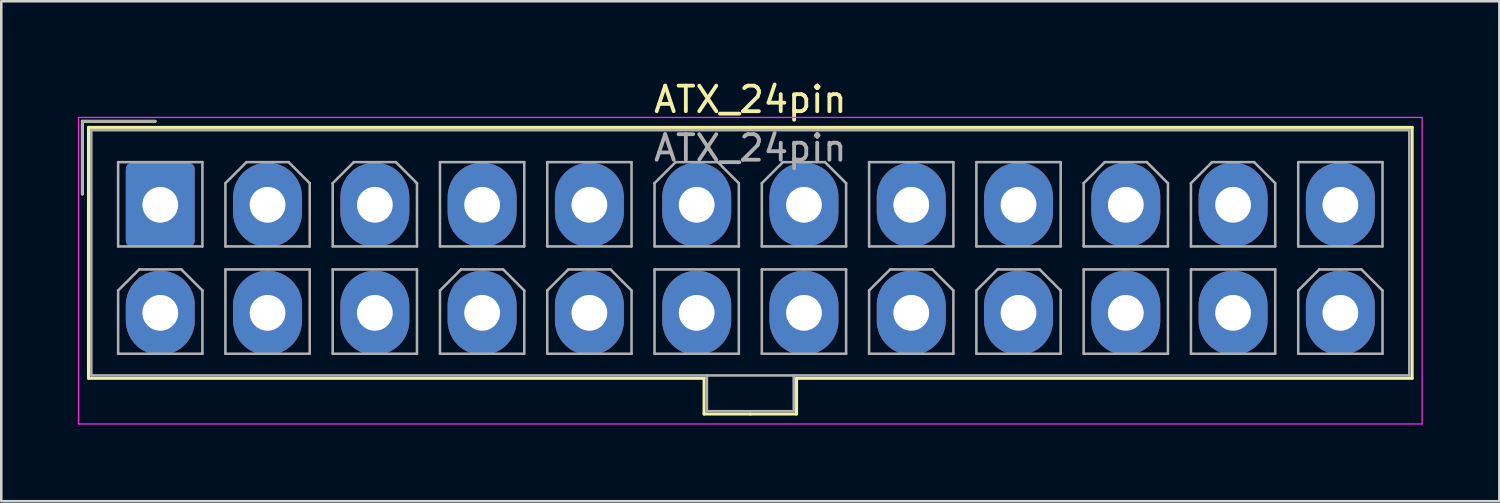
<source format=kicad_pcb>
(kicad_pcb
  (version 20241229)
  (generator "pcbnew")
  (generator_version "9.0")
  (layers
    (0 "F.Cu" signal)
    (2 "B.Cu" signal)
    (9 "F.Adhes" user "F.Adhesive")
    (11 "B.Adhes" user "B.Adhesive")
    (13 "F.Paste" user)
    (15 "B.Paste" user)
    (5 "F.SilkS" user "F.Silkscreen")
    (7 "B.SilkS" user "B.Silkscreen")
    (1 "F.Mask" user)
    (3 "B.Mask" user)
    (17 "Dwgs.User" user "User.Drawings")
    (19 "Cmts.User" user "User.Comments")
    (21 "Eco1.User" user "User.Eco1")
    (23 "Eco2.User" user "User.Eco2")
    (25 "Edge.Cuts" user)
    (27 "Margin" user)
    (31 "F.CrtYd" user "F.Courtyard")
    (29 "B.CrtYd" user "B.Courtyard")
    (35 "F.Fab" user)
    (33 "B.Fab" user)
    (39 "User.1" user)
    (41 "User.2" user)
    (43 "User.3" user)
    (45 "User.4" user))
  (footprint "ATX_24pin"
    (layer "F.Cu")
    (at 3.225 4.298)
    (property "Reference" "ATX_24pin" (at 23.1 -3.45 0) (layer "F.SilkS") (effects (font (size 1 1) (thickness 0.15))))
    (attr through_hole)
    (fp_line (start -3.05 -2.6) (end -3.05 0.25) (stroke (width 0.12) (type solid)) (layer "F.SilkS"))
    (fp_line (start -2.81 -2.36) (end -2.81 7.46) (stroke (width 0.12) (type solid)) (layer "F.SilkS"))
    (fp_line (start -2.81 7.46) (end 21.29 7.46) (stroke (width 0.12) (type solid)) (layer "F.SilkS"))
    (fp_line (start -0.2 -2.6) (end -3.05 -2.6) (stroke (width 0.12) (type solid)) (layer "F.SilkS"))
    (fp_line (start 21.29 7.46) (end 21.29 8.86) (stroke (width 0.12) (type solid)) (layer "F.SilkS"))
    (fp_line (start 21.29 8.86) (end 23.1 8.86) (stroke (width 0.12) (type solid)) (layer "F.SilkS"))
    (fp_line (start 23.1 -2.36) (end -2.81 -2.36) (stroke (width 0.12) (type solid)) (layer "F.SilkS"))
    (fp_line (start 23.1 -2.36) (end 49.01 -2.36) (stroke (width 0.12) (type solid)) (layer "F.SilkS"))
    (fp_line (start 24.91 7.46) (end 24.91 8.86) (stroke (width 0.12) (type solid)) (layer "F.SilkS"))
    (fp_line (start 24.91 8.86) (end 23.1 8.86) (stroke (width 0.12) (type solid)) (layer "F.SilkS"))
    (fp_line (start 49.01 -2.36) (end 49.01 7.46) (stroke (width 0.12) (type solid)) (layer "F.SilkS"))
    (fp_line (start 49.01 7.46) (end 24.91 7.46) (stroke (width 0.12) (type solid)) (layer "F.SilkS"))
    (fp_line (start -3.2 -2.75) (end -3.2 9.25) (stroke (width 0.05) (type solid)) (layer "F.CrtYd"))
    (fp_line (start -3.2 9.25) (end 49.4 9.25) (stroke (width 0.05) (type solid)) (layer "F.CrtYd"))
    (fp_line (start 49.4 -2.75) (end -3.2 -2.75) (stroke (width 0.05) (type solid)) (layer "F.CrtYd"))
    (fp_line (start 49.4 9.25) (end 49.4 -2.75) (stroke (width 0.05) (type solid)) (layer "F.CrtYd"))
    (fp_line (start -3.05 -2.6) (end -3.05 0.25) (stroke (width 0.1) (type solid)) (layer "F.Fab"))
    (fp_line (start -2.7 -2.25) (end -2.7 7.35) (stroke (width 0.1) (type solid)) (layer "F.Fab"))
    (fp_line (start -2.7 7.35) (end 48.9 7.35) (stroke (width 0.1) (type solid)) (layer "F.Fab"))
    (fp_line (start -1.65 -1) (end -1.65 2.3) (stroke (width 0.1) (type solid)) (layer "F.Fab"))
    (fp_line (start -1.65 2.3) (end 1.65 2.3) (stroke (width 0.1) (type solid)) (layer "F.Fab"))
    (fp_line (start -1.65 4.025) (end -0.825 3.2) (stroke (width 0.1) (type solid)) (layer "F.Fab"))
    (fp_line (start -1.65 6.5) (end -1.65 4.025) (stroke (width 0.1) (type solid)) (layer "F.Fab"))
    (fp_line (start -0.825 3.2) (end 0.825 3.2) (stroke (width 0.1) (type solid)) (layer "F.Fab"))
    (fp_line (start -0.2 -2.6) (end -3.05 -2.6) (stroke (width 0.1) (type solid)) (layer "F.Fab"))
    (fp_line (start 0.825 3.2) (end 1.65 4.025) (stroke (width 0.1) (type solid)) (layer "F.Fab"))
    (fp_line (start 1.65 -1) (end -1.65 -1) (stroke (width 0.1) (type solid)) (layer "F.Fab"))
    (fp_line (start 1.65 2.3) (end 1.65 -1) (stroke (width 0.1) (type solid)) (layer "F.Fab"))
    (fp_line (start 1.65 4.025) (end 1.65 6.5) (stroke (width 0.1) (type solid)) (layer "F.Fab"))
    (fp_line (start 1.65 6.5) (end -1.65 6.5) (stroke (width 0.1) (type solid)) (layer "F.Fab"))
    (fp_line (start 2.55 -0.175) (end 3.375 -1) (stroke (width 0.1) (type solid)) (layer "F.Fab"))
    (fp_line (start 2.55 2.3) (end 2.55 -0.175) (stroke (width 0.1) (type solid)) (layer "F.Fab"))
    (fp_line (start 2.55 3.2) (end 2.55 6.5) (stroke (width 0.1) (type solid)) (layer "F.Fab"))
    (fp_line (start 2.55 6.5) (end 5.85 6.5) (stroke (width 0.1) (type solid)) (layer "F.Fab"))
    (fp_line (start 3.375 -1) (end 5.025 -1) (stroke (width 0.1) (type solid)) (layer "F.Fab"))
    (fp_line (start 5.025 -1) (end 5.85 -0.175) (stroke (width 0.1) (type solid)) (layer "F.Fab"))
    (fp_line (start 5.85 -0.175) (end 5.85 2.3) (stroke (width 0.1) (type solid)) (layer "F.Fab"))
    (fp_line (start 5.85 2.3) (end 2.55 2.3) (stroke (width 0.1) (type solid)) (layer "F.Fab"))
    (fp_line (start 5.85 3.2) (end 2.55 3.2) (stroke (width 0.1) (type solid)) (layer "F.Fab"))
    (fp_line (start 5.85 6.5) (end 5.85 3.2) (stroke (width 0.1) (type solid)) (layer "F.Fab"))
    (fp_line (start 6.75 -0.175) (end 7.575 -1) (stroke (width 0.1) (type solid)) (layer "F.Fab"))
    (fp_line (start 6.75 2.3) (end 6.75 -0.175) (stroke (width 0.1) (type solid)) (layer "F.Fab"))
    (fp_line (start 6.75 3.2) (end 6.75 6.5) (stroke (width 0.1) (type solid)) (layer "F.Fab"))
    (fp_line (start 6.75 6.5) (end 10.05 6.5) (stroke (width 0.1) (type solid)) (layer "F.Fab"))
    (fp_line (start 7.575 -1) (end 9.225 -1) (stroke (width 0.1) (type solid)) (layer "F.Fab"))
    (fp_line (start 9.225 -1) (end 10.05 -0.175) (stroke (width 0.1) (type solid)) (layer "F.Fab"))
    (fp_line (start 10.05 -0.175) (end 10.05 2.3) (stroke (width 0.1) (type solid)) (layer "F.Fab"))
    (fp_line (start 10.05 2.3) (end 6.75 2.3) (stroke (width 0.1) (type solid)) (layer "F.Fab"))
    (fp_line (start 10.05 3.2) (end 6.75 3.2) (stroke (width 0.1) (type solid)) (layer "F.Fab"))
    (fp_line (start 10.05 6.5) (end 10.05 3.2) (stroke (width 0.1) (type solid)) (layer "F.Fab"))
    (fp_line (start 10.95 -1) (end 10.95 2.3) (stroke (width 0.1) (type solid)) (layer "F.Fab"))
    (fp_line (start 10.95 2.3) (end 14.25 2.3) (stroke (width 0.1) (type solid)) (layer "F.Fab"))
    (fp_line (start 10.95 4.025) (end 11.775 3.2) (stroke (width 0.1) (type solid)) (layer "F.Fab"))
    (fp_line (start 10.95 6.5) (end 10.95 4.025) (stroke (width 0.1) (type solid)) (layer "F.Fab"))
    (fp_line (start 11.775 3.2) (end 13.425 3.2) (stroke (width 0.1) (type solid)) (layer "F.Fab"))
    (fp_line (start 13.425 3.2) (end 14.25 4.025) (stroke (width 0.1) (type solid)) (layer "F.Fab"))
    (fp_line (start 14.25 -1) (end 10.95 -1) (stroke (width 0.1) (type solid)) (layer "F.Fab"))
    (fp_line (start 14.25 2.3) (end 14.25 -1) (stroke (width 0.1) (type solid)) (layer "F.Fab"))
    (fp_line (start 14.25 4.025) (end 14.25 6.5) (stroke (width 0.1) (type solid)) (layer "F.Fab"))
    (fp_line (start 14.25 6.5) (end 10.95 6.5) (stroke (width 0.1) (type solid)) (layer "F.Fab"))
    (fp_line (start 15.15 -1) (end 15.15 2.3) (stroke (width 0.1) (type solid)) (layer "F.Fab"))
    (fp_line (start 15.15 2.3) (end 18.45 2.3) (stroke (width 0.1) (type solid)) (layer "F.Fab"))
    (fp_line (start 15.15 4.025) (end 15.975 3.2) (stroke (width 0.1) (type solid)) (layer "F.Fab"))
    (fp_line (start 15.15 6.5) (end 15.15 4.025) (stroke (width 0.1) (type solid)) (layer "F.Fab"))
    (fp_line (start 15.975 3.2) (end 17.625 3.2) (stroke (width 0.1) (type solid)) (layer "F.Fab"))
    (fp_line (start 17.625 3.2) (end 18.45 4.025) (stroke (width 0.1) (type solid)) (layer "F.Fab"))
    (fp_line (start 18.45 -1) (end 15.15 -1) (stroke (width 0.1) (type solid)) (layer "F.Fab"))
    (fp_line (start 18.45 2.3) (end 18.45 -1) (stroke (width 0.1) (type solid)) (layer "F.Fab"))
    (fp_line (start 18.45 4.025) (end 18.45 6.5) (stroke (width 0.1) (type solid)) (layer "F.Fab"))
    (fp_line (start 18.45 6.5) (end 15.15 6.5) (stroke (width 0.1) (type solid)) (layer "F.Fab"))
    (fp_line (start 19.35 -0.175) (end 20.175 -1) (stroke (width 0.1) (type solid)) (layer "F.Fab"))
    (fp_line (start 19.35 2.3) (end 19.35 -0.175) (stroke (width 0.1) (type solid)) (layer "F.Fab"))
    (fp_line (start 19.35 3.2) (end 19.35 6.5) (stroke (width 0.1) (type solid)) (layer "F.Fab"))
    (fp_line (start 19.35 6.5) (end 22.65 6.5) (stroke (width 0.1) (type solid)) (layer "F.Fab"))
    (fp_line (start 20.175 -1) (end 21.825 -1) (stroke (width 0.1) (type solid)) (layer "F.Fab"))
    (fp_line (start 21.4 7.35) (end 21.4 8.75) (stroke (width 0.1) (type solid)) (layer "F.Fab"))
    (fp_line (start 21.4 8.75) (end 24.8 8.75) (stroke (width 0.1) (type solid)) (layer "F.Fab"))
    (fp_line (start 21.825 -1) (end 22.65 -0.175) (stroke (width 0.1) (type solid)) (layer "F.Fab"))
    (fp_line (start 22.65 -0.175) (end 22.65 2.3) (stroke (width 0.1) (type solid)) (layer "F.Fab"))
    (fp_line (start 22.65 2.3) (end 19.35 2.3) (stroke (width 0.1) (type solid)) (layer "F.Fab"))
    (fp_line (start 22.65 3.2) (end 19.35 3.2) (stroke (width 0.1) (type solid)) (layer "F.Fab"))
    (fp_line (start 22.65 6.5) (end 22.65 3.2) (stroke (width 0.1) (type solid)) (layer "F.Fab"))
    (fp_line (start 23.55 -0.175) (end 24.375 -1) (stroke (width 0.1) (type solid)) (layer "F.Fab"))
    (fp_line (start 23.55 2.3) (end 23.55 -0.175) (stroke (width 0.1) (type solid)) (layer "F.Fab"))
    (fp_line (start 23.55 3.2) (end 23.55 6.5) (stroke (width 0.1) (type solid)) (layer "F.Fab"))
    (fp_line (start 23.55 6.5) (end 26.85 6.5) (stroke (width 0.1) (type solid)) (layer "F.Fab"))
    (fp_line (start 24.375 -1) (end 26.025 -1) (stroke (width 0.1) (type solid)) (layer "F.Fab"))
    (fp_line (start 24.8 8.75) (end 24.8 7.35) (stroke (width 0.1) (type solid)) (layer "F.Fab"))
    (fp_line (start 26.025 -1) (end 26.85 -0.175) (stroke (width 0.1) (type solid)) (layer "F.Fab"))
    (fp_line (start 26.85 -0.175) (end 26.85 2.3) (stroke (width 0.1) (type solid)) (layer "F.Fab"))
    (fp_line (start 26.85 2.3) (end 23.55 2.3) (stroke (width 0.1) (type solid)) (layer "F.Fab"))
    (fp_line (start 26.85 3.2) (end 23.55 3.2) (stroke (width 0.1) (type solid)) (layer "F.Fab"))
    (fp_line (start 26.85 6.5) (end 26.85 3.2) (stroke (width 0.1) (type solid)) (layer "F.Fab"))
    (fp_line (start 27.75 -1) (end 27.75 2.3) (stroke (width 0.1) (type solid)) (layer "F.Fab"))
    (fp_line (start 27.75 2.3) (end 31.05 2.3) (stroke (width 0.1) (type solid)) (layer "F.Fab"))
    (fp_line (start 27.75 4.025) (end 28.575 3.2) (stroke (width 0.1) (type solid)) (layer "F.Fab"))
    (fp_line (start 27.75 6.5) (end 27.75 4.025) (stroke (width 0.1) (type solid)) (layer "F.Fab"))
    (fp_line (start 28.575 3.2) (end 30.225 3.2) (stroke (width 0.1) (type solid)) (layer "F.Fab"))
    (fp_line (start 30.225 3.2) (end 31.05 4.025) (stroke (width 0.1) (type solid)) (layer "F.Fab"))
    (fp_line (start 31.05 -1) (end 27.75 -1) (stroke (width 0.1) (type solid)) (layer "F.Fab"))
    (fp_line (start 31.05 2.3) (end 31.05 -1) (stroke (width 0.1) (type solid)) (layer "F.Fab"))
    (fp_line (start 31.05 4.025) (end 31.05 6.5) (stroke (width 0.1) (type solid)) (layer "F.Fab"))
    (fp_line (start 31.05 6.5) (end 27.75 6.5) (stroke (width 0.1) (type solid)) (layer "F.Fab"))
    (fp_line (start 31.95 -1) (end 31.95 2.3) (stroke (width 0.1) (type solid)) (layer "F.Fab"))
    (fp_line (start 31.95 2.3) (end 35.25 2.3) (stroke (width 0.1) (type solid)) (layer "F.Fab"))
    (fp_line (start 31.95 4.025) (end 32.775 3.2) (stroke (width 0.1) (type solid)) (layer "F.Fab"))
    (fp_line (start 31.95 6.5) (end 31.95 4.025) (stroke (width 0.1) (type solid)) (layer "F.Fab"))
    (fp_line (start 32.775 3.2) (end 34.425 3.2) (stroke (width 0.1) (type solid)) (layer "F.Fab"))
    (fp_line (start 34.425 3.2) (end 35.25 4.025) (stroke (width 0.1) (type solid)) (layer "F.Fab"))
    (fp_line (start 35.25 -1) (end 31.95 -1) (stroke (width 0.1) (type solid)) (layer "F.Fab"))
    (fp_line (start 35.25 2.3) (end 35.25 -1) (stroke (width 0.1) (type solid)) (layer "F.Fab"))
    (fp_line (start 35.25 4.025) (end 35.25 6.5) (stroke (width 0.1) (type solid)) (layer "F.Fab"))
    (fp_line (start 35.25 6.5) (end 31.95 6.5) (stroke (width 0.1) (type solid)) (layer "F.Fab"))
    (fp_line (start 36.15 -0.175) (end 36.975 -1) (stroke (width 0.1) (type solid)) (layer "F.Fab"))
    (fp_line (start 36.15 2.3) (end 36.15 -0.175) (stroke (width 0.1) (type solid)) (layer "F.Fab"))
    (fp_line (start 36.15 3.2) (end 36.15 6.5) (stroke (width 0.1) (type solid)) (layer "F.Fab"))
    (fp_line (start 36.15 6.5) (end 39.45 6.5) (stroke (width 0.1) (type solid)) (layer "F.Fab"))
    (fp_line (start 36.975 -1) (end 38.625 -1) (stroke (width 0.1) (type solid)) (layer "F.Fab"))
    (fp_line (start 38.625 -1) (end 39.45 -0.175) (stroke (width 0.1) (type solid)) (layer "F.Fab"))
    (fp_line (start 39.45 -0.175) (end 39.45 2.3) (stroke (width 0.1) (type solid)) (layer "F.Fab"))
    (fp_line (start 39.45 2.3) (end 36.15 2.3) (stroke (width 0.1) (type solid)) (layer "F.Fab"))
    (fp_line (start 39.45 3.2) (end 36.15 3.2) (stroke (width 0.1) (type solid)) (layer "F.Fab"))
    (fp_line (start 39.45 6.5) (end 39.45 3.2) (stroke (width 0.1) (type solid)) (layer "F.Fab"))
    (fp_line (start 40.35 -0.175) (end 41.175 -1) (stroke (width 0.1) (type solid)) (layer "F.Fab"))
    (fp_line (start 40.35 2.3) (end 40.35 -0.175) (stroke (width 0.1) (type solid)) (layer "F.Fab"))
    (fp_line (start 40.35 3.2) (end 40.35 6.5) (stroke (width 0.1) (type solid)) (layer "F.Fab"))
    (fp_line (start 40.35 6.5) (end 43.65 6.5) (stroke (width 0.1) (type solid)) (layer "F.Fab"))
    (fp_line (start 41.175 -1) (end 42.825 -1) (stroke (width 0.1) (type solid)) (layer "F.Fab"))
    (fp_line (start 42.825 -1) (end 43.65 -0.175) (stroke (width 0.1) (type solid)) (layer "F.Fab"))
    (fp_line (start 43.65 -0.175) (end 43.65 2.3) (stroke (width 0.1) (type solid)) (layer "F.Fab"))
    (fp_line (start 43.65 2.3) (end 40.35 2.3) (stroke (width 0.1) (type solid)) (layer "F.Fab"))
    (fp_line (start 43.65 3.2) (end 40.35 3.2) (stroke (width 0.1) (type solid)) (layer "F.Fab"))
    (fp_line (start 43.65 6.5) (end 43.65 3.2) (stroke (width 0.1) (type solid)) (layer "F.Fab"))
    (fp_line (start 44.55 -1) (end 44.55 2.3) (stroke (width 0.1) (type solid)) (layer "F.Fab"))
    (fp_line (start 44.55 2.3) (end 47.85 2.3) (stroke (width 0.1) (type solid)) (layer "F.Fab"))
    (fp_line (start 44.55 4.025) (end 45.375 3.2) (stroke (width 0.1) (type solid)) (layer "F.Fab"))
    (fp_line (start 44.55 6.5) (end 44.55 4.025) (stroke (width 0.1) (type solid)) (layer "F.Fab"))
    (fp_line (start 45.375 3.2) (end 47.025 3.2) (stroke (width 0.1) (type solid)) (layer "F.Fab"))
    (fp_line (start 47.025 3.2) (end 47.85 4.025) (stroke (width 0.1) (type solid)) (layer "F.Fab"))
    (fp_line (start 47.85 -1) (end 44.55 -1) (stroke (width 0.1) (type solid)) (layer "F.Fab"))
    (fp_line (start 47.85 2.3) (end 47.85 -1) (stroke (width 0.1) (type solid)) (layer "F.Fab"))
    (fp_line (start 47.85 4.025) (end 47.85 6.5) (stroke (width 0.1) (type solid)) (layer "F.Fab"))
    (fp_line (start 47.85 6.5) (end 44.55 6.5) (stroke (width 0.1) (type solid)) (layer "F.Fab"))
    (fp_line (start 48.9 -2.25) (end -2.7 -2.25) (stroke (width 0.1) (type solid)) (layer "F.Fab"))
    (fp_line (start 48.9 7.35) (end 48.9 -2.25) (stroke (width 0.1) (type solid)) (layer "F.Fab"))
    (fp_text user "${REFERENCE}" (at 23.1 -1.55 0) (layer "F.Fab") (effects (font (size 1 1) (thickness 0.15))))
    (pad "1" thru_hole roundrect (at 0 0.67) (size 2.7 3.3) (drill 1.4) (layers "*.Cu" "*.Mask") (roundrect_rratio 0.093))
    (pad "2" thru_hole oval (at 4.2 0.67) (size 2.7 3.3) (drill 1.4) (layers "*.Cu" "*.Mask"))
    (pad "3" thru_hole oval (at 8.4 0.67) (size 2.7 3.3) (drill 1.4) (layers "*.Cu" "*.Mask"))
    (pad "4" thru_hole oval (at 12.6 0.67) (size 2.7 3.3) (drill 1.4) (layers "*.Cu" "*.Mask"))
    (pad "5" thru_hole oval (at 16.8 0.67) (size 2.7 3.3) (drill 1.4) (layers "*.Cu" "*.Mask"))
    (pad "6" thru_hole oval (at 21 0.67) (size 2.7 3.3) (drill 1.4) (layers "*.Cu" "*.Mask"))
    (pad "7" thru_hole oval (at 25.2 0.67) (size 2.7 3.3) (drill 1.4) (layers "*.Cu" "*.Mask"))
    (pad "8" thru_hole oval (at 29.4 0.67) (size 2.7 3.3) (drill 1.4) (layers "*.Cu" "*.Mask"))
    (pad "9" thru_hole oval (at 33.6 0.67) (size 2.7 3.3) (drill 1.4) (layers "*.Cu" "*.Mask"))
    (pad "10" thru_hole oval (at 37.8 0.67) (size 2.7 3.3) (drill 1.4) (layers "*.Cu" "*.Mask"))
    (pad "11" thru_hole oval (at 42 0.67) (size 2.7 3.3) (drill 1.4) (layers "*.Cu" "*.Mask"))
    (pad "12" thru_hole oval (at 46.2 0.67) (size 2.7 3.3) (drill 1.4) (layers "*.Cu" "*.Mask"))
    (pad "13" thru_hole oval (at 0 4.9) (size 2.7 3.3) (drill 1.4) (layers "*.Cu" "*.Mask"))
    (pad "14" thru_hole oval (at 4.2 4.9) (size 2.7 3.3) (drill 1.4) (layers "*.Cu" "*.Mask"))
    (pad "15" thru_hole oval (at 8.4 4.9) (size 2.7 3.3) (drill 1.4) (layers "*.Cu" "*.Mask"))
    (pad "16" thru_hole oval (at 12.6 4.9) (size 2.7 3.3) (drill 1.4) (layers "*.Cu" "*.Mask"))
    (pad "17" thru_hole oval (at 16.8 4.9) (size 2.7 3.3) (drill 1.4) (layers "*.Cu" "*.Mask"))
    (pad "18" thru_hole oval (at 21 4.9) (size 2.7 3.3) (drill 1.4) (layers "*.Cu" "*.Mask"))
    (pad "19" thru_hole oval (at 25.2 4.9) (size 2.7 3.3) (drill 1.4) (layers "*.Cu" "*.Mask"))
    (pad "20" thru_hole oval (at 29.4 4.9) (size 2.7 3.3) (drill 1.4) (layers "*.Cu" "*.Mask"))
    (pad "21" thru_hole oval (at 33.6 4.9) (size 2.7 3.3) (drill 1.4) (layers "*.Cu" "*.Mask"))
    (pad "22" thru_hole oval (at 37.8 4.9) (size 2.7 3.3) (drill 1.4) (layers "*.Cu" "*.Mask"))
    (pad "23" thru_hole oval (at 42 4.9) (size 2.7 3.3) (drill 1.4) (layers "*.Cu" "*.Mask"))
    (pad "24" thru_hole oval (at 46.2 4.9) (size 2.7 3.3) (drill 1.4) (layers "*.Cu" "*.Mask")))
  (gr_rect
    (start -3 -3)
    (end 55.65 16.573)
    (stroke (width 0.1) (type default))
    (fill no)
    (layer "Edge.Cuts")))
</source>
